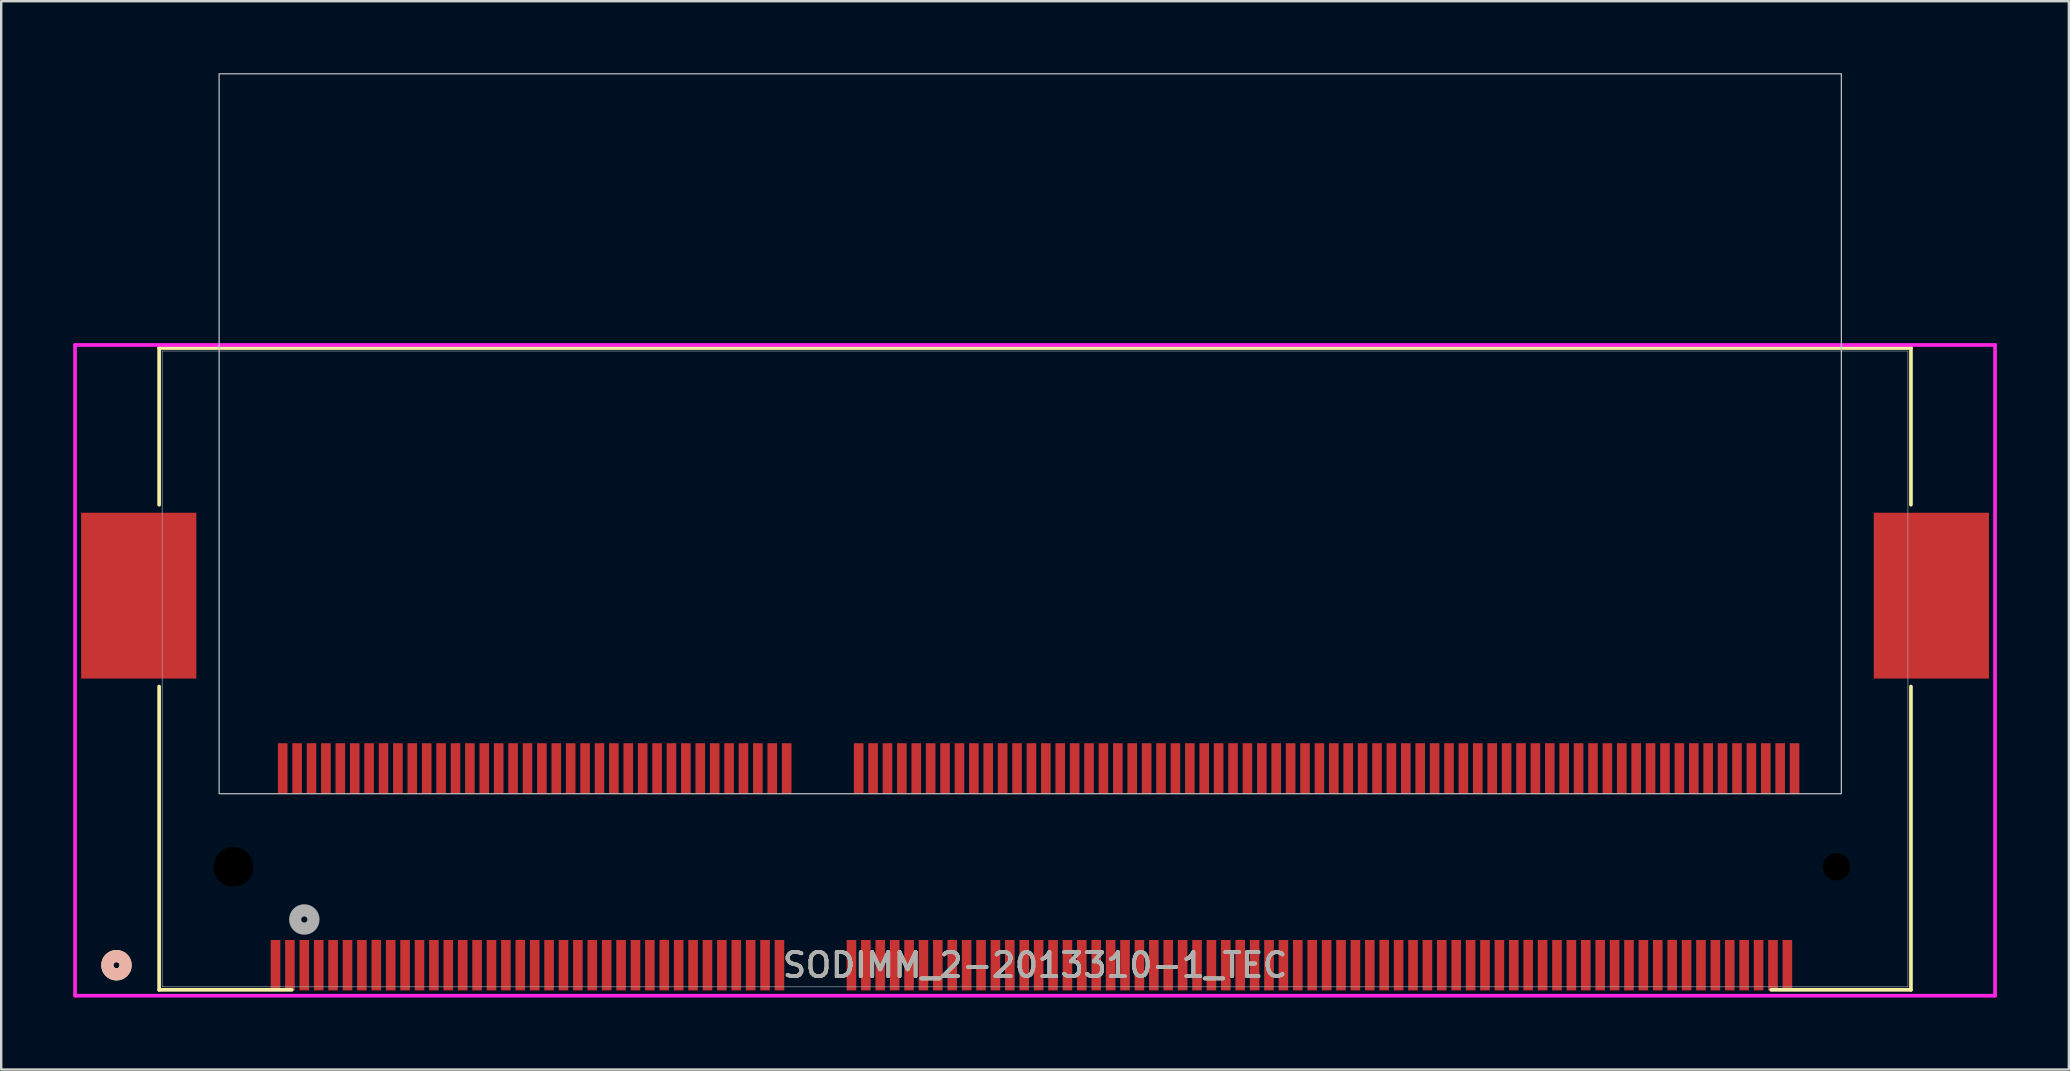
<source format=kicad_pcb>
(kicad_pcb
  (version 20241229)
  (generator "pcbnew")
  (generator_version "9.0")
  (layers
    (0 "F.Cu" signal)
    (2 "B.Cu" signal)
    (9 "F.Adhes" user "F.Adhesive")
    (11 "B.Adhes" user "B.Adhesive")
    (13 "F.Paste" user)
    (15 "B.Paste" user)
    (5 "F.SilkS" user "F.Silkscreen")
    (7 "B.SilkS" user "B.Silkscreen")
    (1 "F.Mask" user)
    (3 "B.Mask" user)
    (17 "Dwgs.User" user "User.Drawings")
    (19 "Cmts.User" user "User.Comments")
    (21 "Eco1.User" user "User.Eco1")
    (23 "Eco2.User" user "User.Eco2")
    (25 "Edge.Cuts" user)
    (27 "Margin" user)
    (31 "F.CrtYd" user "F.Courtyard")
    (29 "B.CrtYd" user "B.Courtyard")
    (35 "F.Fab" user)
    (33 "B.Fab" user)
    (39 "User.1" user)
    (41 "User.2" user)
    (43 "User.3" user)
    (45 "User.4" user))
  (footprint "SODIMM_2-2013310-1_TEC"
    (layer "F.Cu")
    (at 40.081 24.825)
    (property "Reference" "SODIMM_2-2013310-1_TEC" (at 0 12.346 0) (unlocked yes) (layer "F.SilkS") (effects (font (size 1 1) (thickness 0.16))))
    (attr smd)
    (fp_line (start -36.5 -13.373) (end -36.5 -6.841) (stroke (width 0.152) (type solid)) (layer "F.SilkS"))
    (fp_line (start -36.5 0.733) (end -36.5 13.373) (stroke (width 0.152) (type solid)) (layer "F.SilkS"))
    (fp_line (start -36.5 13.373) (end -30.973 13.373) (stroke (width 0.152) (type solid)) (layer "F.SilkS"))
    (fp_line (start 30.673 13.373) (end 36.5 13.373) (stroke (width 0.152) (type solid)) (layer "F.SilkS"))
    (fp_line (start 36.5 -13.373) (end -36.5 -13.373) (stroke (width 0.152) (type solid)) (layer "F.SilkS"))
    (fp_line (start 36.5 -6.841) (end 36.5 -13.373) (stroke (width 0.152) (type solid)) (layer "F.SilkS"))
    (fp_line (start 36.5 13.373) (end 36.5 0.733) (stroke (width 0.152) (type solid)) (layer "F.SilkS"))
    (fp_circle (center -38.278 12.346) (end -37.897 12.346) (stroke (width 0.508) (type solid)) (fill no) (layer "F.SilkS"))
    (fp_circle (center -38.278 12.346) (end -37.897 12.346) (stroke (width 0.508) (type solid)) (fill no) (layer "B.SilkS"))
    (fp_rect (start -34 -24.8) (end 33.6 5.2) (stroke (width 0.05) (type default)) (fill no) (layer "Dwgs.User"))
    (fp_line (start -40.004 -13.5) (end -40.004 13.616) (stroke (width 0.152) (type solid)) (layer "F.CrtYd"))
    (fp_line (start -40.004 13.616) (end 40.004 13.616) (stroke (width 0.152) (type solid)) (layer "F.CrtYd"))
    (fp_line (start 40.004 -13.5) (end -40.004 -13.5) (stroke (width 0.152) (type solid)) (layer "F.CrtYd"))
    (fp_line (start 40.004 13.616) (end 40.004 -13.5) (stroke (width 0.152) (type solid)) (layer "F.CrtYd"))
    (fp_line (start -36.373 -13.246) (end -36.373 13.246) (stroke (width 0.025) (type solid)) (layer "F.Fab"))
    (fp_line (start -36.373 13.246) (end 36.373 13.246) (stroke (width 0.025) (type solid)) (layer "F.Fab"))
    (fp_line (start 36.373 -13.246) (end -36.373 -13.246) (stroke (width 0.025) (type solid)) (layer "F.Fab"))
    (fp_line (start 36.373 13.246) (end 36.373 -13.246) (stroke (width 0.025) (type solid)) (layer "F.Fab"))
    (fp_circle (center -30.45 10.441) (end -30.069 10.441) (stroke (width 0.508) (type solid)) (fill no) (layer "F.Fab"))
    (fp_text user "${REFERENCE}" (at 0 12.346 0) (unlocked yes) (layer "F.Fab") (effects (font (size 1 1) (thickness 0.16))))
    (pad "" smd rect (at -38.7 -4.95) (size 2 3) (layers "F.Paste"))
    (pad "" smd rect (at -38.7 -1.15) (size 2 3) (layers "F.Paste"))
    (pad "" smd rect (at -36 -4.95) (size 2 3) (layers "F.Paste"))
    (pad "" smd rect (at -36 -1.15) (size 2 3) (layers "F.Paste"))
    (pad "" np_thru_hole circle (at -33.4 8.246) (size 1.651 1.651) (drill 1.651) (layers))
    (pad "" np_thru_hole circle (at 33.4 8.246) (size 1.143 1.143) (drill 1.143) (layers))
    (pad "" smd rect (at 36 -4.95) (size 2 3) (layers "F.Paste"))
    (pad "" smd rect (at 36 -1.15) (size 2 3) (layers "F.Paste"))
    (pad "" smd rect (at 38.7 -4.95) (size 2 3) (layers "F.Paste"))
    (pad "" smd rect (at 38.7 -1.15) (size 2 3) (layers "F.Paste"))
    (pad "1" smd rect (at -31.65 12.346) (size 0.4 2.1) (layers "F.Cu" "F.Mask" "F.Paste"))
    (pad "2" smd rect (at -31.35 4.146) (size 0.4 2.1) (layers "F.Cu" "F.Mask" "F.Paste"))
    (pad "3" smd rect (at -31.05 12.346) (size 0.4 2.1) (layers "F.Cu" "F.Mask" "F.Paste"))
    (pad "4" smd rect (at -30.75 4.146) (size 0.4 2.1) (layers "F.Cu" "F.Mask" "F.Paste"))
    (pad "5" smd rect (at -30.45 12.346) (size 0.4 2.1) (layers "F.Cu" "F.Mask" "F.Paste"))
    (pad "6" smd rect (at -30.15 4.146) (size 0.4 2.1) (layers "F.Cu" "F.Mask" "F.Paste"))
    (pad "7" smd rect (at -29.85 12.346) (size 0.4 2.1) (layers "F.Cu" "F.Mask" "F.Paste"))
    (pad "8" smd rect (at -29.55 4.146) (size 0.4 2.1) (layers "F.Cu" "F.Mask" "F.Paste"))
    (pad "9" smd rect (at -29.25 12.346) (size 0.4 2.1) (layers "F.Cu" "F.Mask" "F.Paste"))
    (pad "10" smd rect (at -28.95 4.146) (size 0.4 2.1) (layers "F.Cu" "F.Mask" "F.Paste"))
    (pad "11" smd rect (at -28.65 12.346) (size 0.4 2.1) (layers "F.Cu" "F.Mask" "F.Paste"))
    (pad "12" smd rect (at -28.35 4.146) (size 0.4 2.1) (layers "F.Cu" "F.Mask" "F.Paste"))
    (pad "13" smd rect (at -28.05 12.346) (size 0.4 2.1) (layers "F.Cu" "F.Mask" "F.Paste"))
    (pad "14" smd rect (at -27.75 4.146) (size 0.4 2.1) (layers "F.Cu" "F.Mask" "F.Paste"))
    (pad "15" smd rect (at -27.45 12.346) (size 0.4 2.1) (layers "F.Cu" "F.Mask" "F.Paste"))
    (pad "16" smd rect (at -27.15 4.146) (size 0.4 2.1) (layers "F.Cu" "F.Mask" "F.Paste"))
    (pad "17" smd rect (at -26.85 12.346) (size 0.4 2.1) (layers "F.Cu" "F.Mask" "F.Paste"))
    (pad "18" smd rect (at -26.55 4.146) (size 0.4 2.1) (layers "F.Cu" "F.Mask" "F.Paste"))
    (pad "19" smd rect (at -26.25 12.346) (size 0.4 2.1) (layers "F.Cu" "F.Mask" "F.Paste"))
    (pad "20" smd rect (at -25.95 4.146) (size 0.4 2.1) (layers "F.Cu" "F.Mask" "F.Paste"))
    (pad "21" smd rect (at -25.65 12.346) (size 0.4 2.1) (layers "F.Cu" "F.Mask" "F.Paste"))
    (pad "22" smd rect (at -25.35 4.146) (size 0.4 2.1) (layers "F.Cu" "F.Mask" "F.Paste"))
    (pad "23" smd rect (at -25.05 12.346) (size 0.4 2.1) (layers "F.Cu" "F.Mask" "F.Paste"))
    (pad "24" smd rect (at -24.75 4.146) (size 0.4 2.1) (layers "F.Cu" "F.Mask" "F.Paste"))
    (pad "25" smd rect (at -24.45 12.346) (size 0.4 2.1) (layers "F.Cu" "F.Mask" "F.Paste"))
    (pad "26" smd rect (at -24.15 4.146) (size 0.4 2.1) (layers "F.Cu" "F.Mask" "F.Paste"))
    (pad "27" smd rect (at -23.85 12.346) (size 0.4 2.1) (layers "F.Cu" "F.Mask" "F.Paste"))
    (pad "28" smd rect (at -23.55 4.146) (size 0.4 2.1) (layers "F.Cu" "F.Mask" "F.Paste"))
    (pad "29" smd rect (at -23.25 12.346) (size 0.4 2.1) (layers "F.Cu" "F.Mask" "F.Paste"))
    (pad "30" smd rect (at -22.95 4.146) (size 0.4 2.1) (layers "F.Cu" "F.Mask" "F.Paste"))
    (pad "31" smd rect (at -22.65 12.346) (size 0.4 2.1) (layers "F.Cu" "F.Mask" "F.Paste"))
    (pad "32" smd rect (at -22.35 4.146) (size 0.4 2.1) (layers "F.Cu" "F.Mask" "F.Paste"))
    (pad "33" smd rect (at -22.05 12.346) (size 0.4 2.1) (layers "F.Cu" "F.Mask" "F.Paste"))
    (pad "34" smd rect (at -21.75 4.146) (size 0.4 2.1) (layers "F.Cu" "F.Mask" "F.Paste"))
    (pad "35" smd rect (at -21.45 12.346) (size 0.4 2.1) (layers "F.Cu" "F.Mask" "F.Paste"))
    (pad "36" smd rect (at -21.15 4.146) (size 0.4 2.1) (layers "F.Cu" "F.Mask" "F.Paste"))
    (pad "37" smd rect (at -20.85 12.346) (size 0.4 2.1) (layers "F.Cu" "F.Mask" "F.Paste"))
    (pad "38" smd rect (at -20.55 4.146) (size 0.4 2.1) (layers "F.Cu" "F.Mask" "F.Paste"))
    (pad "39" smd rect (at -20.25 12.346) (size 0.4 2.1) (layers "F.Cu" "F.Mask" "F.Paste"))
    (pad "40" smd rect (at -19.95 4.146) (size 0.4 2.1) (layers "F.Cu" "F.Mask" "F.Paste"))
    (pad "41" smd rect (at -19.65 12.346) (size 0.4 2.1) (layers "F.Cu" "F.Mask" "F.Paste"))
    (pad "42" smd rect (at -19.35 4.146) (size 0.4 2.1) (layers "F.Cu" "F.Mask" "F.Paste"))
    (pad "43" smd rect (at -19.05 12.346) (size 0.4 2.1) (layers "F.Cu" "F.Mask" "F.Paste"))
    (pad "44" smd rect (at -18.75 4.146) (size 0.4 2.1) (layers "F.Cu" "F.Mask" "F.Paste"))
    (pad "45" smd rect (at -18.45 12.346) (size 0.4 2.1) (layers "F.Cu" "F.Mask" "F.Paste"))
    (pad "46" smd rect (at -18.15 4.146) (size 0.4 2.1) (layers "F.Cu" "F.Mask" "F.Paste"))
    (pad "47" smd rect (at -17.85 12.346) (size 0.4 2.1) (layers "F.Cu" "F.Mask" "F.Paste"))
    (pad "48" smd rect (at -17.55 4.146) (size 0.4 2.1) (layers "F.Cu" "F.Mask" "F.Paste"))
    (pad "49" smd rect (at -17.25 12.346) (size 0.4 2.1) (layers "F.Cu" "F.Mask" "F.Paste"))
    (pad "50" smd rect (at -16.95 4.146) (size 0.4 2.1) (layers "F.Cu" "F.Mask" "F.Paste"))
    (pad "51" smd rect (at -16.65 12.346) (size 0.4 2.1) (layers "F.Cu" "F.Mask" "F.Paste"))
    (pad "52" smd rect (at -16.35 4.146) (size 0.4 2.1) (layers "F.Cu" "F.Mask" "F.Paste"))
    (pad "53" smd rect (at -16.05 12.346) (size 0.4 2.1) (layers "F.Cu" "F.Mask" "F.Paste"))
    (pad "54" smd rect (at -15.75 4.146) (size 0.4 2.1) (layers "F.Cu" "F.Mask" "F.Paste"))
    (pad "55" smd rect (at -15.45 12.346) (size 0.4 2.1) (layers "F.Cu" "F.Mask" "F.Paste"))
    (pad "56" smd rect (at -15.15 4.146) (size 0.4 2.1) (layers "F.Cu" "F.Mask" "F.Paste"))
    (pad "57" smd rect (at -14.85 12.346) (size 0.4 2.1) (layers "F.Cu" "F.Mask" "F.Paste"))
    (pad "58" smd rect (at -14.55 4.146) (size 0.4 2.1) (layers "F.Cu" "F.Mask" "F.Paste"))
    (pad "59" smd rect (at -14.25 12.346) (size 0.4 2.1) (layers "F.Cu" "F.Mask" "F.Paste"))
    (pad "60" smd rect (at -13.95 4.146) (size 0.4 2.1) (layers "F.Cu" "F.Mask" "F.Paste"))
    (pad "61" smd rect (at -13.65 12.346) (size 0.4 2.1) (layers "F.Cu" "F.Mask" "F.Paste"))
    (pad "62" smd rect (at -13.35 4.146) (size 0.4 2.1) (layers "F.Cu" "F.Mask" "F.Paste"))
    (pad "63" smd rect (at -13.05 12.346) (size 0.4 2.1) (layers "F.Cu" "F.Mask" "F.Paste"))
    (pad "64" smd rect (at -12.75 4.146) (size 0.4 2.1) (layers "F.Cu" "F.Mask" "F.Paste"))
    (pad "65" smd rect (at -12.45 12.346) (size 0.4 2.1) (layers "F.Cu" "F.Mask" "F.Paste"))
    (pad "66" smd rect (at -12.15 4.146) (size 0.4 2.1) (layers "F.Cu" "F.Mask" "F.Paste"))
    (pad "67" smd rect (at -11.85 12.346) (size 0.4 2.1) (layers "F.Cu" "F.Mask" "F.Paste"))
    (pad "68" smd rect (at -11.55 4.146) (size 0.4 2.1) (layers "F.Cu" "F.Mask" "F.Paste"))
    (pad "69" smd rect (at -11.25 12.346) (size 0.4 2.1) (layers "F.Cu" "F.Mask" "F.Paste"))
    (pad "70" smd rect (at -10.95 4.146) (size 0.4 2.1) (layers "F.Cu" "F.Mask" "F.Paste"))
    (pad "71" smd rect (at -10.65 12.346) (size 0.4 2.1) (layers "F.Cu" "F.Mask" "F.Paste"))
    (pad "72" smd rect (at -10.35 4.146) (size 0.4 2.1) (layers "F.Cu" "F.Mask" "F.Paste"))
    (pad "73" smd rect (at -7.65 12.346) (size 0.4 2.1) (layers "F.Cu" "F.Mask" "F.Paste"))
    (pad "74" smd rect (at -7.35 4.146) (size 0.4 2.1) (layers "F.Cu" "F.Mask" "F.Paste"))
    (pad "75" smd rect (at -7.05 12.346) (size 0.4 2.1) (layers "F.Cu" "F.Mask" "F.Paste"))
    (pad "76" smd rect (at -6.75 4.146) (size 0.4 2.1) (layers "F.Cu" "F.Mask" "F.Paste"))
    (pad "77" smd rect (at -6.45 12.346) (size 0.4 2.1) (layers "F.Cu" "F.Mask" "F.Paste"))
    (pad "78" smd rect (at -6.15 4.146) (size 0.4 2.1) (layers "F.Cu" "F.Mask" "F.Paste"))
    (pad "79" smd rect (at -5.85 12.346) (size 0.4 2.1) (layers "F.Cu" "F.Mask" "F.Paste"))
    (pad "80" smd rect (at -5.55 4.146) (size 0.4 2.1) (layers "F.Cu" "F.Mask" "F.Paste"))
    (pad "81" smd rect (at -5.25 12.346) (size 0.4 2.1) (layers "F.Cu" "F.Mask" "F.Paste"))
    (pad "82" smd rect (at -4.95 4.146) (size 0.4 2.1) (layers "F.Cu" "F.Mask" "F.Paste"))
    (pad "83" smd rect (at -4.65 12.346) (size 0.4 2.1) (layers "F.Cu" "F.Mask" "F.Paste"))
    (pad "84" smd rect (at -4.35 4.146) (size 0.4 2.1) (layers "F.Cu" "F.Mask" "F.Paste"))
    (pad "85" smd rect (at -4.05 12.346) (size 0.4 2.1) (layers "F.Cu" "F.Mask" "F.Paste"))
    (pad "86" smd rect (at -3.75 4.146) (size 0.4 2.1) (layers "F.Cu" "F.Mask" "F.Paste"))
    (pad "87" smd rect (at -3.45 12.346) (size 0.4 2.1) (layers "F.Cu" "F.Mask" "F.Paste"))
    (pad "88" smd rect (at -3.15 4.146) (size 0.4 2.1) (layers "F.Cu" "F.Mask" "F.Paste"))
    (pad "89" smd rect (at -2.85 12.346) (size 0.4 2.1) (layers "F.Cu" "F.Mask" "F.Paste"))
    (pad "90" smd rect (at -2.55 4.146) (size 0.4 2.1) (layers "F.Cu" "F.Mask" "F.Paste"))
    (pad "91" smd rect (at -2.25 12.346) (size 0.4 2.1) (layers "F.Cu" "F.Mask" "F.Paste"))
    (pad "92" smd rect (at -1.95 4.146) (size 0.4 2.1) (layers "F.Cu" "F.Mask" "F.Paste"))
    (pad "93" smd rect (at -1.65 12.346) (size 0.4 2.1) (layers "F.Cu" "F.Mask" "F.Paste"))
    (pad "94" smd rect (at -1.35 4.146) (size 0.4 2.1) (layers "F.Cu" "F.Mask" "F.Paste"))
    (pad "95" smd rect (at -1.05 12.346) (size 0.4 2.1) (layers "F.Cu" "F.Mask" "F.Paste"))
    (pad "96" smd rect (at -0.75 4.146) (size 0.4 2.1) (layers "F.Cu" "F.Mask" "F.Paste"))
    (pad "97" smd rect (at -0.45 12.346) (size 0.4 2.1) (layers "F.Cu" "F.Mask" "F.Paste"))
    (pad "98" smd rect (at -0.15 4.146) (size 0.4 2.1) (layers "F.Cu" "F.Mask" "F.Paste"))
    (pad "99" smd rect (at 0.15 12.346) (size 0.4 2.1) (layers "F.Cu" "F.Mask" "F.Paste"))
    (pad "100" smd rect (at 0.45 4.146) (size 0.4 2.1) (layers "F.Cu" "F.Mask" "F.Paste"))
    (pad "101" smd rect (at 0.75 12.346) (size 0.4 2.1) (layers "F.Cu" "F.Mask" "F.Paste"))
    (pad "102" smd rect (at 1.05 4.146) (size 0.4 2.1) (layers "F.Cu" "F.Mask" "F.Paste"))
    (pad "103" smd rect (at 1.35 12.346) (size 0.4 2.1) (layers "F.Cu" "F.Mask" "F.Paste"))
    (pad "104" smd rect (at 1.65 4.146) (size 0.4 2.1) (layers "F.Cu" "F.Mask" "F.Paste"))
    (pad "105" smd rect (at 1.95 12.346) (size 0.4 2.1) (layers "F.Cu" "F.Mask" "F.Paste"))
    (pad "106" smd rect (at 2.25 4.146) (size 0.4 2.1) (layers "F.Cu" "F.Mask" "F.Paste"))
    (pad "107" smd rect (at 2.55 12.346) (size 0.4 2.1) (layers "F.Cu" "F.Mask" "F.Paste"))
    (pad "108" smd rect (at 2.85 4.146) (size 0.4 2.1) (layers "F.Cu" "F.Mask" "F.Paste"))
    (pad "109" smd rect (at 3.15 12.346) (size 0.4 2.1) (layers "F.Cu" "F.Mask" "F.Paste"))
    (pad "110" smd rect (at 3.45 4.146) (size 0.4 2.1) (layers "F.Cu" "F.Mask" "F.Paste"))
    (pad "111" smd rect (at 3.75 12.346) (size 0.4 2.1) (layers "F.Cu" "F.Mask" "F.Paste"))
    (pad "112" smd rect (at 4.05 4.146) (size 0.4 2.1) (layers "F.Cu" "F.Mask" "F.Paste"))
    (pad "113" smd rect (at 4.35 12.346) (size 0.4 2.1) (layers "F.Cu" "F.Mask" "F.Paste"))
    (pad "114" smd rect (at 4.65 4.146) (size 0.4 2.1) (layers "F.Cu" "F.Mask" "F.Paste"))
    (pad "115" smd rect (at 4.95 12.346) (size 0.4 2.1) (layers "F.Cu" "F.Mask" "F.Paste"))
    (pad "116" smd rect (at 5.25 4.146) (size 0.4 2.1) (layers "F.Cu" "F.Mask" "F.Paste"))
    (pad "117" smd rect (at 5.55 12.346) (size 0.4 2.1) (layers "F.Cu" "F.Mask" "F.Paste"))
    (pad "118" smd rect (at 5.85 4.146) (size 0.4 2.1) (layers "F.Cu" "F.Mask" "F.Paste"))
    (pad "119" smd rect (at 6.15 12.346) (size 0.4 2.1) (layers "F.Cu" "F.Mask" "F.Paste"))
    (pad "120" smd rect (at 6.45 4.146) (size 0.4 2.1) (layers "F.Cu" "F.Mask" "F.Paste"))
    (pad "121" smd rect (at 6.75 12.346) (size 0.4 2.1) (layers "F.Cu" "F.Mask" "F.Paste"))
    (pad "122" smd rect (at 7.05 4.146) (size 0.4 2.1) (layers "F.Cu" "F.Mask" "F.Paste"))
    (pad "123" smd rect (at 7.35 12.346) (size 0.4 2.1) (layers "F.Cu" "F.Mask" "F.Paste"))
    (pad "124" smd rect (at 7.65 4.146) (size 0.4 2.1) (layers "F.Cu" "F.Mask" "F.Paste"))
    (pad "125" smd rect (at 7.95 12.346) (size 0.4 2.1) (layers "F.Cu" "F.Mask" "F.Paste"))
    (pad "126" smd rect (at 8.25 4.146) (size 0.4 2.1) (layers "F.Cu" "F.Mask" "F.Paste"))
    (pad "127" smd rect (at 8.55 12.346) (size 0.4 2.1) (layers "F.Cu" "F.Mask" "F.Paste"))
    (pad "128" smd rect (at 8.85 4.146) (size 0.4 2.1) (layers "F.Cu" "F.Mask" "F.Paste"))
    (pad "129" smd rect (at 9.15 12.346) (size 0.4 2.1) (layers "F.Cu" "F.Mask" "F.Paste"))
    (pad "130" smd rect (at 9.45 4.146) (size 0.4 2.1) (layers "F.Cu" "F.Mask" "F.Paste"))
    (pad "131" smd rect (at 9.75 12.346) (size 0.4 2.1) (layers "F.Cu" "F.Mask" "F.Paste"))
    (pad "132" smd rect (at 10.05 4.146) (size 0.4 2.1) (layers "F.Cu" "F.Mask" "F.Paste"))
    (pad "133" smd rect (at 10.35 12.346) (size 0.4 2.1) (layers "F.Cu" "F.Mask" "F.Paste"))
    (pad "134" smd rect (at 10.65 4.146) (size 0.4 2.1) (layers "F.Cu" "F.Mask" "F.Paste"))
    (pad "135" smd rect (at 10.95 12.346) (size 0.4 2.1) (layers "F.Cu" "F.Mask" "F.Paste"))
    (pad "136" smd rect (at 11.25 4.146) (size 0.4 2.1) (layers "F.Cu" "F.Mask" "F.Paste"))
    (pad "137" smd rect (at 11.55 12.346) (size 0.4 2.1) (layers "F.Cu" "F.Mask" "F.Paste"))
    (pad "138" smd rect (at 11.85 4.146) (size 0.4 2.1) (layers "F.Cu" "F.Mask" "F.Paste"))
    (pad "139" smd rect (at 12.15 12.346) (size 0.4 2.1) (layers "F.Cu" "F.Mask" "F.Paste"))
    (pad "140" smd rect (at 12.45 4.146) (size 0.4 2.1) (layers "F.Cu" "F.Mask" "F.Paste"))
    (pad "141" smd rect (at 12.75 12.346) (size 0.4 2.1) (layers "F.Cu" "F.Mask" "F.Paste"))
    (pad "142" smd rect (at 13.05 4.146) (size 0.4 2.1) (layers "F.Cu" "F.Mask" "F.Paste"))
    (pad "143" smd rect (at 13.35 12.346) (size 0.4 2.1) (layers "F.Cu" "F.Mask" "F.Paste"))
    (pad "144" smd rect (at 13.65 4.146) (size 0.4 2.1) (layers "F.Cu" "F.Mask" "F.Paste"))
    (pad "145" smd rect (at 13.95 12.346) (size 0.4 2.1) (layers "F.Cu" "F.Mask" "F.Paste"))
    (pad "146" smd rect (at 14.25 4.146) (size 0.4 2.1) (layers "F.Cu" "F.Mask" "F.Paste"))
    (pad "147" smd rect (at 14.55 12.346) (size 0.4 2.1) (layers "F.Cu" "F.Mask" "F.Paste"))
    (pad "148" smd rect (at 14.85 4.146) (size 0.4 2.1) (layers "F.Cu" "F.Mask" "F.Paste"))
    (pad "149" smd rect (at 15.15 12.346) (size 0.4 2.1) (layers "F.Cu" "F.Mask" "F.Paste"))
    (pad "150" smd rect (at 15.45 4.146) (size 0.4 2.1) (layers "F.Cu" "F.Mask" "F.Paste"))
    (pad "151" smd rect (at 15.75 12.346) (size 0.4 2.1) (layers "F.Cu" "F.Mask" "F.Paste"))
    (pad "152" smd rect (at 16.05 4.146) (size 0.4 2.1) (layers "F.Cu" "F.Mask" "F.Paste"))
    (pad "153" smd rect (at 16.35 12.346) (size 0.4 2.1) (layers "F.Cu" "F.Mask" "F.Paste"))
    (pad "154" smd rect (at 16.65 4.146) (size 0.4 2.1) (layers "F.Cu" "F.Mask" "F.Paste"))
    (pad "155" smd rect (at 16.95 12.346) (size 0.4 2.1) (layers "F.Cu" "F.Mask" "F.Paste"))
    (pad "156" smd rect (at 17.25 4.146) (size 0.4 2.1) (layers "F.Cu" "F.Mask" "F.Paste"))
    (pad "157" smd rect (at 17.55 12.346) (size 0.4 2.1) (layers "F.Cu" "F.Mask" "F.Paste"))
    (pad "158" smd rect (at 17.85 4.146) (size 0.4 2.1) (layers "F.Cu" "F.Mask" "F.Paste"))
    (pad "159" smd rect (at 18.15 12.346) (size 0.4 2.1) (layers "F.Cu" "F.Mask" "F.Paste"))
    (pad "160" smd rect (at 18.45 4.146) (size 0.4 2.1) (layers "F.Cu" "F.Mask" "F.Paste"))
    (pad "161" smd rect (at 18.75 12.346) (size 0.4 2.1) (layers "F.Cu" "F.Mask" "F.Paste"))
    (pad "162" smd rect (at 19.05 4.146) (size 0.4 2.1) (layers "F.Cu" "F.Mask" "F.Paste"))
    (pad "163" smd rect (at 19.35 12.346) (size 0.4 2.1) (layers "F.Cu" "F.Mask" "F.Paste"))
    (pad "164" smd rect (at 19.65 4.146) (size 0.4 2.1) (layers "F.Cu" "F.Mask" "F.Paste"))
    (pad "165" smd rect (at 19.95 12.346) (size 0.4 2.1) (layers "F.Cu" "F.Mask" "F.Paste"))
    (pad "166" smd rect (at 20.25 4.146) (size 0.4 2.1) (layers "F.Cu" "F.Mask" "F.Paste"))
    (pad "167" smd rect (at 20.55 12.346) (size 0.4 2.1) (layers "F.Cu" "F.Mask" "F.Paste"))
    (pad "168" smd rect (at 20.85 4.146) (size 0.4 2.1) (layers "F.Cu" "F.Mask" "F.Paste"))
    (pad "169" smd rect (at 21.15 12.346) (size 0.4 2.1) (layers "F.Cu" "F.Mask" "F.Paste"))
    (pad "170" smd rect (at 21.45 4.146) (size 0.4 2.1) (layers "F.Cu" "F.Mask" "F.Paste"))
    (pad "171" smd rect (at 21.75 12.346) (size 0.4 2.1) (layers "F.Cu" "F.Mask" "F.Paste"))
    (pad "172" smd rect (at 22.05 4.146) (size 0.4 2.1) (layers "F.Cu" "F.Mask" "F.Paste"))
    (pad "173" smd rect (at 22.35 12.346) (size 0.4 2.1) (layers "F.Cu" "F.Mask" "F.Paste"))
    (pad "174" smd rect (at 22.65 4.146) (size 0.4 2.1) (layers "F.Cu" "F.Mask" "F.Paste"))
    (pad "175" smd rect (at 22.95 12.346) (size 0.4 2.1) (layers "F.Cu" "F.Mask" "F.Paste"))
    (pad "176" smd rect (at 23.25 4.146) (size 0.4 2.1) (layers "F.Cu" "F.Mask" "F.Paste"))
    (pad "177" smd rect (at 23.55 12.346) (size 0.4 2.1) (layers "F.Cu" "F.Mask" "F.Paste"))
    (pad "178" smd rect (at 23.85 4.146) (size 0.4 2.1) (layers "F.Cu" "F.Mask" "F.Paste"))
    (pad "179" smd rect (at 24.15 12.346) (size 0.4 2.1) (layers "F.Cu" "F.Mask" "F.Paste"))
    (pad "180" smd rect (at 24.45 4.146) (size 0.4 2.1) (layers "F.Cu" "F.Mask" "F.Paste"))
    (pad "181" smd rect (at 24.75 12.346) (size 0.4 2.1) (layers "F.Cu" "F.Mask" "F.Paste"))
    (pad "182" smd rect (at 25.05 4.146) (size 0.4 2.1) (layers "F.Cu" "F.Mask" "F.Paste"))
    (pad "183" smd rect (at 25.35 12.346) (size 0.4 2.1) (layers "F.Cu" "F.Mask" "F.Paste"))
    (pad "184" smd rect (at 25.65 4.146) (size 0.4 2.1) (layers "F.Cu" "F.Mask" "F.Paste"))
    (pad "185" smd rect (at 25.95 12.346) (size 0.4 2.1) (layers "F.Cu" "F.Mask" "F.Paste"))
    (pad "186" smd rect (at 26.25 4.146) (size 0.4 2.1) (layers "F.Cu" "F.Mask" "F.Paste"))
    (pad "187" smd rect (at 26.55 12.346) (size 0.4 2.1) (layers "F.Cu" "F.Mask" "F.Paste"))
    (pad "188" smd rect (at 26.85 4.146) (size 0.4 2.1) (layers "F.Cu" "F.Mask" "F.Paste"))
    (pad "189" smd rect (at 27.15 12.346) (size 0.4 2.1) (layers "F.Cu" "F.Mask" "F.Paste"))
    (pad "190" smd rect (at 27.45 4.146) (size 0.4 2.1) (layers "F.Cu" "F.Mask" "F.Paste"))
    (pad "191" smd rect (at 27.75 12.346) (size 0.4 2.1) (layers "F.Cu" "F.Mask" "F.Paste"))
    (pad "192" smd rect (at 28.05 4.146) (size 0.4 2.1) (layers "F.Cu" "F.Mask" "F.Paste"))
    (pad "193" smd rect (at 28.35 12.346) (size 0.4 2.1) (layers "F.Cu" "F.Mask" "F.Paste"))
    (pad "194" smd rect (at 28.65 4.146) (size 0.4 2.1) (layers "F.Cu" "F.Mask" "F.Paste"))
    (pad "195" smd rect (at 28.95 12.346) (size 0.4 2.1) (layers "F.Cu" "F.Mask" "F.Paste"))
    (pad "196" smd rect (at 29.25 4.146) (size 0.4 2.1) (layers "F.Cu" "F.Mask" "F.Paste"))
    (pad "197" smd rect (at 29.55 12.346) (size 0.4 2.1) (layers "F.Cu" "F.Mask" "F.Paste"))
    (pad "198" smd rect (at 29.85 4.146) (size 0.4 2.1) (layers "F.Cu" "F.Mask" "F.Paste"))
    (pad "199" smd rect (at 30.15 12.346) (size 0.4 2.1) (layers "F.Cu" "F.Mask" "F.Paste"))
    (pad "200" smd rect (at 30.45 4.146) (size 0.4 2.1) (layers "F.Cu" "F.Mask" "F.Paste"))
    (pad "201" smd rect (at 30.75 12.346) (size 0.4 2.1) (layers "F.Cu" "F.Mask" "F.Paste"))
    (pad "202" smd rect (at 31.05 4.146) (size 0.4 2.1) (layers "F.Cu" "F.Mask" "F.Paste"))
    (pad "203" smd rect (at 31.35 12.346) (size 0.4 2.1) (layers "F.Cu" "F.Mask" "F.Paste"))
    (pad "204" smd rect (at 31.65 4.146) (size 0.4 2.1) (layers "F.Cu" "F.Mask" "F.Paste"))
    (pad "205" smd rect (at -37.35 -3.054) (size 4.801 6.909) (layers "F.Cu" "F.Mask"))
    (pad "206" smd rect (at 37.35 -3.054) (size 4.801 6.909) (layers "F.Cu" "F.Mask")))
  (gr_rect
    (start -3 -3)
    (end 83.161 41.517)
    (stroke (width 0.1) (type default))
    (fill no)
    (layer "Edge.Cuts")))
</source>
